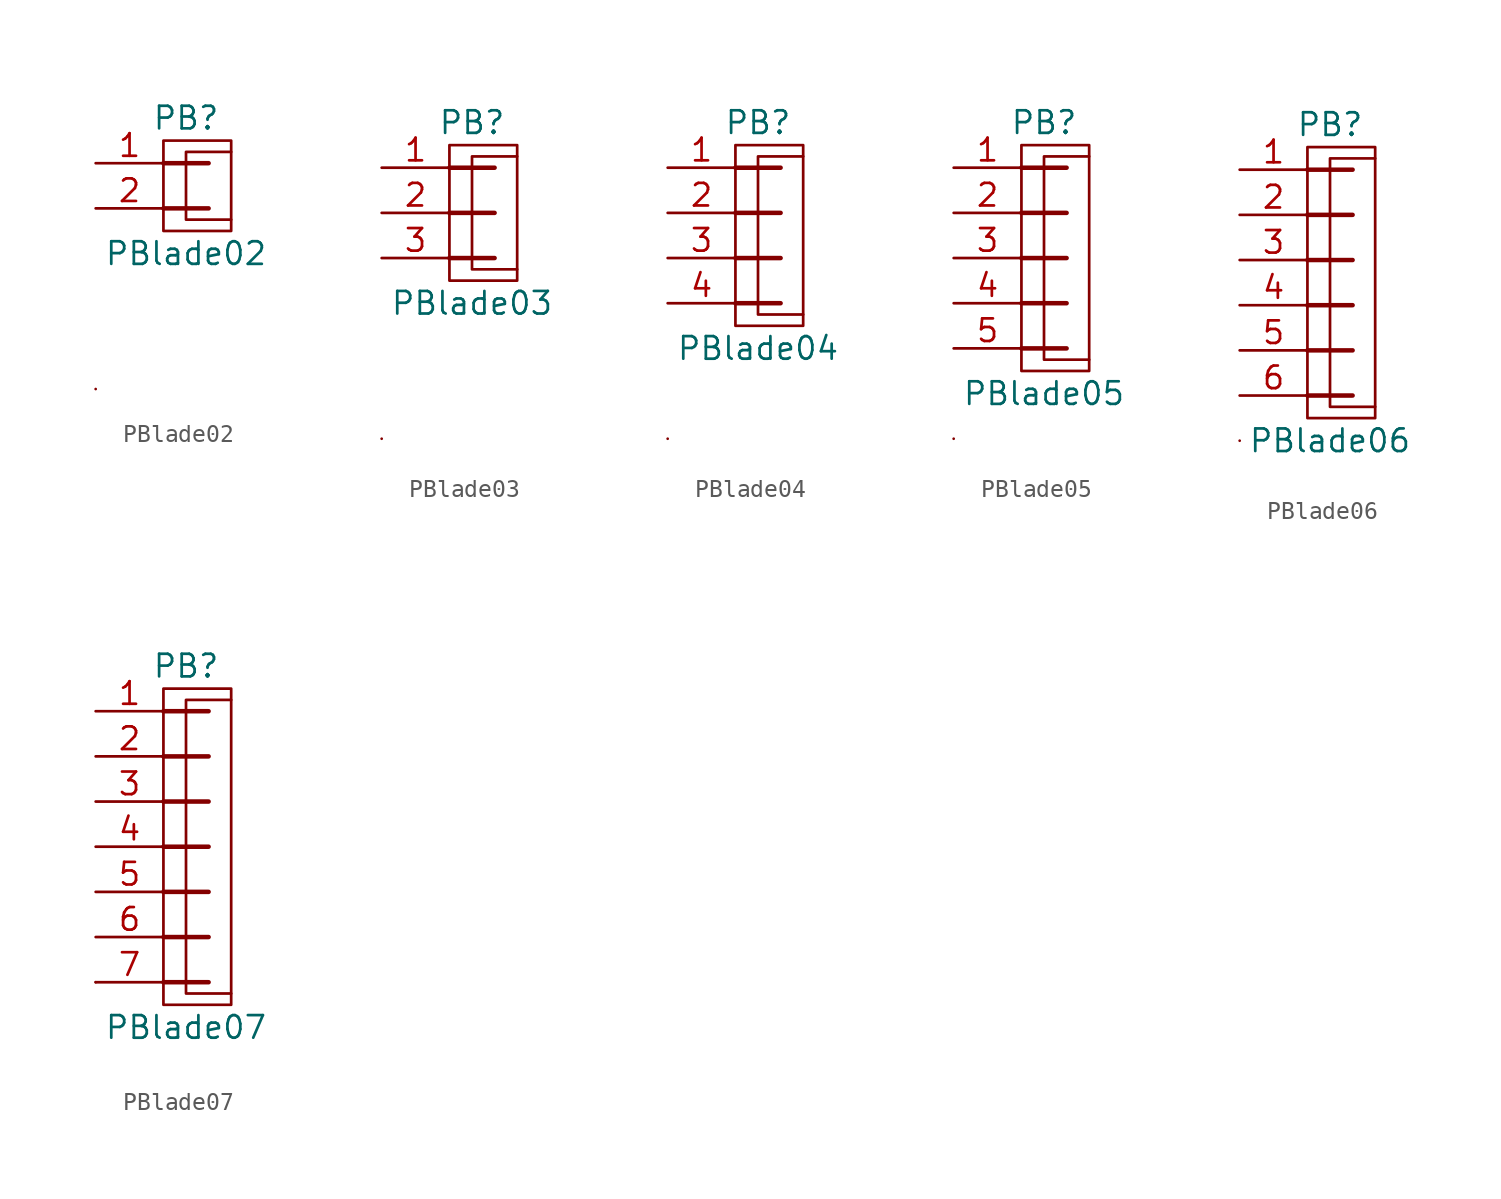
<source format=kicad_sym>
(kicad_symbol_lib
  (version 20211014)
  (generator kicad_symbol_editor)
  (symbol "PBlade02"
    (pin_names
      (offset 1.016) hide)
    (property "Reference" "PB"
      (at -1.27 2.54 0)
      (effects (font (size 1.27 1.27))))
    (property "Value" "PBlade02"
      (at -1.27 -5.08 0)
      (effects (font (size 1.27 1.27))))
    (property "Footprint" ""
      (at -1.27 -3.81 0)
      (effects (font (size 1.524 1.524))))
    (property "Datasheet" ""
      (at -1.27 -3.81 0)
      (effects (font (size 1.524 1.524))))
    (symbol "PBlade02_0_1"
      (rectangle (start -2.54 1.27) (end 1.27 -3.81) (stroke (width 0) (type default) (color 0 0 0 0)) (fill (type none)))
      (polyline (pts (xy -6.35 -12.7) (xy -6.35 -12.7)) (stroke (width 0) (type default) (color 0 0 0 0)) (fill (type none)))
      (polyline (pts (xy -2.54 -2.54) (xy 0 -2.54)) (stroke (width 0.254) (type default) (color 0 0 0 0)) (fill (type none)))
      (polyline (pts (xy -2.54 0) (xy 0 0)) (stroke (width 0.254) (type default) (color 0 0 0 0)) (fill (type none)))
      (polyline (pts (xy 1.27 0.635) (xy -1.27 0.635) (xy -1.27 -3.175) (xy 1.27 -3.175)) (stroke (width 0) (type default) (color 0 0 0 0)) (fill (type none))))
    (symbol "PBlade02_1_1"
      (pin passive line (at -6.35 0 0) (length 3.81) (name "~" (effects (font (size 1.27 1.27)))) (number "1" (effects (font (size 1.27 1.27)))))
      (pin passive line (at -6.35 -2.54 0) (length 3.81) (name "~" (effects (font (size 1.27 1.27)))) (number "2" (effects (font (size 1.27 1.27)))))))
  (symbol "PBlade03"
    (pin_names
      (offset 1.016) hide)
    (property "Reference" "PB"
      (at -1.27 5.08 0)
      (effects (font (size 1.27 1.27))))
    (property "Value" "PBlade03"
      (at -1.27 -5.08 0)
      (effects (font (size 1.27 1.27))))
    (property "Footprint" ""
      (at -1.27 -1.27 0)
      (effects (font (size 1.524 1.524))))
    (property "Datasheet" ""
      (at -1.27 -1.27 0)
      (effects (font (size 1.524 1.524))))
    (symbol "PBlade03_0_1"
      (rectangle (start -2.54 3.81) (end 1.27 -3.81) (stroke (width 0) (type default) (color 0 0 0 0)) (fill (type none)))
      (polyline (pts (xy -6.35 -12.7) (xy -6.35 -12.7)) (stroke (width 0) (type default) (color 0 0 0 0)) (fill (type none)))
      (polyline (pts (xy -2.54 -2.54) (xy 0 -2.54)) (stroke (width 0.254) (type default) (color 0 0 0 0)) (fill (type none)))
      (polyline (pts (xy -2.54 0) (xy 0 0)) (stroke (width 0.254) (type default) (color 0 0 0 0)) (fill (type none)))
      (polyline (pts (xy -2.54 2.54) (xy 0 2.54)) (stroke (width 0.254) (type default) (color 0 0 0 0)) (fill (type none)))
      (polyline (pts (xy 1.27 3.175) (xy -1.27 3.175) (xy -1.27 -3.175) (xy 1.27 -3.175)) (stroke (width 0) (type default) (color 0 0 0 0)) (fill (type none))))
    (symbol "PBlade03_1_1"
      (pin passive line (at -6.35 2.54 0) (length 3.81) (name "~" (effects (font (size 1.27 1.27)))) (number "1" (effects (font (size 1.27 1.27)))))
      (pin passive line (at -6.35 0 0) (length 3.81) (name "~" (effects (font (size 1.27 1.27)))) (number "2" (effects (font (size 1.27 1.27)))))
      (pin passive line (at -6.35 -2.54 0) (length 3.81) (name "~" (effects (font (size 1.27 1.27)))) (number "3" (effects (font (size 1.27 1.27)))))))
  (symbol "PBlade04"
    (pin_names
      (offset 1.016) hide)
    (property "Reference" "PB"
      (at -1.27 5.08 0)
      (effects (font (size 1.27 1.27))))
    (property "Value" "PBlade04"
      (at -1.27 -7.62 0)
      (effects (font (size 1.27 1.27))))
    (property "Footprint" ""
      (at -1.27 -1.27 0)
      (effects (font (size 1.524 1.524))))
    (property "Datasheet" ""
      (at -1.27 -1.27 0)
      (effects (font (size 1.524 1.524))))
    (symbol "PBlade04_0_1"
      (rectangle (start -2.54 3.81) (end 1.27 -6.35) (stroke (width 0) (type default) (color 0 0 0 0)) (fill (type none)))
      (polyline (pts (xy -6.35 -12.7) (xy -6.35 -12.7)) (stroke (width 0) (type default) (color 0 0 0 0)) (fill (type none)))
      (polyline (pts (xy -2.54 -5.08) (xy 0 -5.08)) (stroke (width 0.254) (type default) (color 0 0 0 0)) (fill (type none)))
      (polyline (pts (xy -2.54 -2.54) (xy 0 -2.54)) (stroke (width 0.254) (type default) (color 0 0 0 0)) (fill (type none)))
      (polyline (pts (xy -2.54 0) (xy 0 0)) (stroke (width 0.254) (type default) (color 0 0 0 0)) (fill (type none)))
      (polyline (pts (xy -2.54 2.54) (xy 0 2.54)) (stroke (width 0.254) (type default) (color 0 0 0 0)) (fill (type none)))
      (polyline (pts (xy 1.27 3.175) (xy -1.27 3.175) (xy -1.27 -5.715) (xy 1.27 -5.715)) (stroke (width 0) (type default) (color 0 0 0 0)) (fill (type none))))
    (symbol "PBlade04_1_1"
      (pin passive line (at -6.35 2.54 0) (length 3.81) (name "~" (effects (font (size 1.27 1.27)))) (number "1" (effects (font (size 1.27 1.27)))))
      (pin passive line (at -6.35 0 0) (length 3.81) (name "~" (effects (font (size 1.27 1.27)))) (number "2" (effects (font (size 1.27 1.27)))))
      (pin passive line (at -6.35 -2.54 0) (length 3.81) (name "~" (effects (font (size 1.27 1.27)))) (number "3" (effects (font (size 1.27 1.27)))))
      (pin passive line (at -6.35 -5.08 0) (length 3.81) (name "~" (effects (font (size 1.27 1.27)))) (number "4" (effects (font (size 1.27 1.27)))))))
  (symbol "PBlade05"
    (pin_names
      (offset 1.016) hide)
    (property "Reference" "PB"
      (at -1.27 7.62 0)
      (effects (font (size 1.27 1.27))))
    (property "Value" "PBlade05"
      (at -1.27 -7.62 0)
      (effects (font (size 1.27 1.27))))
    (property "Footprint" ""
      (at -1.27 1.27 0)
      (effects (font (size 1.524 1.524))))
    (property "Datasheet" ""
      (at -1.27 1.27 0)
      (effects (font (size 1.524 1.524))))
    (symbol "PBlade05_0_1"
      (rectangle (start -2.54 6.35) (end 1.27 -6.35) (stroke (width 0) (type default) (color 0 0 0 0)) (fill (type none)))
      (polyline (pts (xy -6.35 -10.16) (xy -6.35 -10.16)) (stroke (width 0) (type default) (color 0 0 0 0)) (fill (type none)))
      (polyline (pts (xy -2.54 -5.08) (xy 0 -5.08)) (stroke (width 0.254) (type default) (color 0 0 0 0)) (fill (type none)))
      (polyline (pts (xy -2.54 -2.54) (xy 0 -2.54)) (stroke (width 0.254) (type default) (color 0 0 0 0)) (fill (type none)))
      (polyline (pts (xy -2.54 0) (xy 0 0)) (stroke (width 0.254) (type default) (color 0 0 0 0)) (fill (type none)))
      (polyline (pts (xy -2.54 2.54) (xy 0 2.54)) (stroke (width 0.254) (type default) (color 0 0 0 0)) (fill (type none)))
      (polyline (pts (xy -2.54 5.08) (xy 0 5.08)) (stroke (width 0.254) (type default) (color 0 0 0 0)) (fill (type none)))
      (polyline (pts (xy 1.27 5.715) (xy -1.27 5.715) (xy -1.27 -5.715) (xy 1.27 -5.715)) (stroke (width 0) (type default) (color 0 0 0 0)) (fill (type none))))
    (symbol "PBlade05_1_1"
      (pin passive line (at -6.35 5.08 0) (length 3.81) (name "~" (effects (font (size 1.27 1.27)))) (number "1" (effects (font (size 1.27 1.27)))))
      (pin passive line (at -6.35 2.54 0) (length 3.81) (name "~" (effects (font (size 1.27 1.27)))) (number "2" (effects (font (size 1.27 1.27)))))
      (pin passive line (at -6.35 0 0) (length 3.81) (name "~" (effects (font (size 1.27 1.27)))) (number "3" (effects (font (size 1.27 1.27)))))
      (pin passive line (at -6.35 -2.54 0) (length 3.81) (name "~" (effects (font (size 1.27 1.27)))) (number "4" (effects (font (size 1.27 1.27)))))
      (pin passive line (at -6.35 -5.08 0) (length 3.81) (name "~" (effects (font (size 1.27 1.27)))) (number "5" (effects (font (size 1.27 1.27)))))))
  (symbol "PBlade06"
    (pin_names
      (offset 1.016) hide)
    (property "Reference" "PB"
      (at -1.27 7.62 0)
      (effects (font (size 1.27 1.27))))
    (property "Value" "PBlade06"
      (at -1.27 -10.16 0)
      (effects (font (size 1.27 1.27))))
    (property "Footprint" ""
      (at -1.27 1.27 0)
      (effects (font (size 1.524 1.524))))
    (property "Datasheet" ""
      (at -1.27 1.27 0)
      (effects (font (size 1.524 1.524))))
    (symbol "PBlade06_0_1"
      (rectangle (start -2.54 6.35) (end 1.27 -8.89) (stroke (width 0) (type default) (color 0 0 0 0)) (fill (type none)))
      (polyline (pts (xy -6.35 -10.16) (xy -6.35 -10.16)) (stroke (width 0) (type default) (color 0 0 0 0)) (fill (type none)))
      (polyline (pts (xy -2.54 -7.62) (xy 0 -7.62)) (stroke (width 0.254) (type default) (color 0 0 0 0)) (fill (type none)))
      (polyline (pts (xy -2.54 -5.08) (xy 0 -5.08)) (stroke (width 0.254) (type default) (color 0 0 0 0)) (fill (type none)))
      (polyline (pts (xy -2.54 -2.54) (xy 0 -2.54)) (stroke (width 0.254) (type default) (color 0 0 0 0)) (fill (type none)))
      (polyline (pts (xy -2.54 0) (xy 0 0)) (stroke (width 0.254) (type default) (color 0 0 0 0)) (fill (type none)))
      (polyline (pts (xy -2.54 2.54) (xy 0 2.54)) (stroke (width 0.254) (type default) (color 0 0 0 0)) (fill (type none)))
      (polyline (pts (xy -2.54 5.08) (xy 0 5.08)) (stroke (width 0.254) (type default) (color 0 0 0 0)) (fill (type none)))
      (polyline (pts (xy 1.27 5.715) (xy -1.27 5.715) (xy -1.27 -8.255) (xy 1.27 -8.255)) (stroke (width 0) (type default) (color 0 0 0 0)) (fill (type none))))
    (symbol "PBlade06_1_1"
      (pin passive line (at -6.35 5.08 0) (length 3.81) (name "~" (effects (font (size 1.27 1.27)))) (number "1" (effects (font (size 1.27 1.27)))))
      (pin passive line (at -6.35 2.54 0) (length 3.81) (name "~" (effects (font (size 1.27 1.27)))) (number "2" (effects (font (size 1.27 1.27)))))
      (pin passive line (at -6.35 0 0) (length 3.81) (name "~" (effects (font (size 1.27 1.27)))) (number "3" (effects (font (size 1.27 1.27)))))
      (pin passive line (at -6.35 -2.54 0) (length 3.81) (name "~" (effects (font (size 1.27 1.27)))) (number "4" (effects (font (size 1.27 1.27)))))
      (pin passive line (at -6.35 -5.08 0) (length 3.81) (name "~" (effects (font (size 1.27 1.27)))) (number "5" (effects (font (size 1.27 1.27)))))
      (pin passive line (at -6.35 -7.62 0) (length 3.81) (name "~" (effects (font (size 1.27 1.27)))) (number "6" (effects (font (size 1.27 1.27)))))))
  (symbol "PBlade07"
    (pin_names
      (offset 1.016) hide)
    (property "Reference" "PB"
      (at -1.27 10.16 0)
      (effects (font (size 1.27 1.27))))
    (property "Value" "PBlade07"
      (at -1.27 -10.16 0)
      (effects (font (size 1.27 1.27))))
    (property "Footprint" ""
      (at -1.27 3.81 0)
      (effects (font (size 1.524 1.524))))
    (property "Datasheet" ""
      (at -1.27 3.81 0)
      (effects (font (size 1.524 1.524))))
    (symbol "PBlade07_0_1"
      (rectangle (start -2.54 8.89) (end 1.27 -8.89) (stroke (width 0) (type default) (color 0 0 0 0)) (fill (type none)))
      (polyline (pts (xy -6.35 -7.62) (xy -6.35 -7.62)) (stroke (width 0) (type default) (color 0 0 0 0)) (fill (type none)))
      (polyline (pts (xy -2.54 -7.62) (xy 0 -7.62)) (stroke (width 0.254) (type default) (color 0 0 0 0)) (fill (type none)))
      (polyline (pts (xy -2.54 -5.08) (xy 0 -5.08)) (stroke (width 0.254) (type default) (color 0 0 0 0)) (fill (type none)))
      (polyline (pts (xy -2.54 -2.54) (xy 0 -2.54)) (stroke (width 0.254) (type default) (color 0 0 0 0)) (fill (type none)))
      (polyline (pts (xy -2.54 0) (xy 0 0)) (stroke (width 0.254) (type default) (color 0 0 0 0)) (fill (type none)))
      (polyline (pts (xy -2.54 2.54) (xy 0 2.54)) (stroke (width 0.254) (type default) (color 0 0 0 0)) (fill (type none)))
      (polyline (pts (xy -2.54 5.08) (xy 0 5.08)) (stroke (width 0.254) (type default) (color 0 0 0 0)) (fill (type none)))
      (polyline (pts (xy -2.54 7.62) (xy 0 7.62)) (stroke (width 0.254) (type default) (color 0 0 0 0)) (fill (type none)))
      (polyline (pts (xy 1.27 8.255) (xy -1.27 8.255) (xy -1.27 -8.255) (xy 1.27 -8.255)) (stroke (width 0) (type default) (color 0 0 0 0)) (fill (type none))))
    (symbol "PBlade07_1_1"
      (pin passive line (at -6.35 7.62 0) (length 3.81) (name "~" (effects (font (size 1.27 1.27)))) (number "1" (effects (font (size 1.27 1.27)))))
      (pin passive line (at -6.35 5.08 0) (length 3.81) (name "~" (effects (font (size 1.27 1.27)))) (number "2" (effects (font (size 1.27 1.27)))))
      (pin passive line (at -6.35 2.54 0) (length 3.81) (name "~" (effects (font (size 1.27 1.27)))) (number "3" (effects (font (size 1.27 1.27)))))
      (pin passive line (at -6.35 0 0) (length 3.81) (name "~" (effects (font (size 1.27 1.27)))) (number "4" (effects (font (size 1.27 1.27)))))
      (pin passive line (at -6.35 -2.54 0) (length 3.81) (name "~" (effects (font (size 1.27 1.27)))) (number "5" (effects (font (size 1.27 1.27)))))
      (pin passive line (at -6.35 -5.08 0) (length 3.81) (name "~" (effects (font (size 1.27 1.27)))) (number "6" (effects (font (size 1.27 1.27)))))
      (pin passive line (at -6.35 -7.62 0) (length 3.81) (name "~" (effects (font (size 1.27 1.27)))) (number "7" (effects (font (size 1.27 1.27))))))))
</source>
